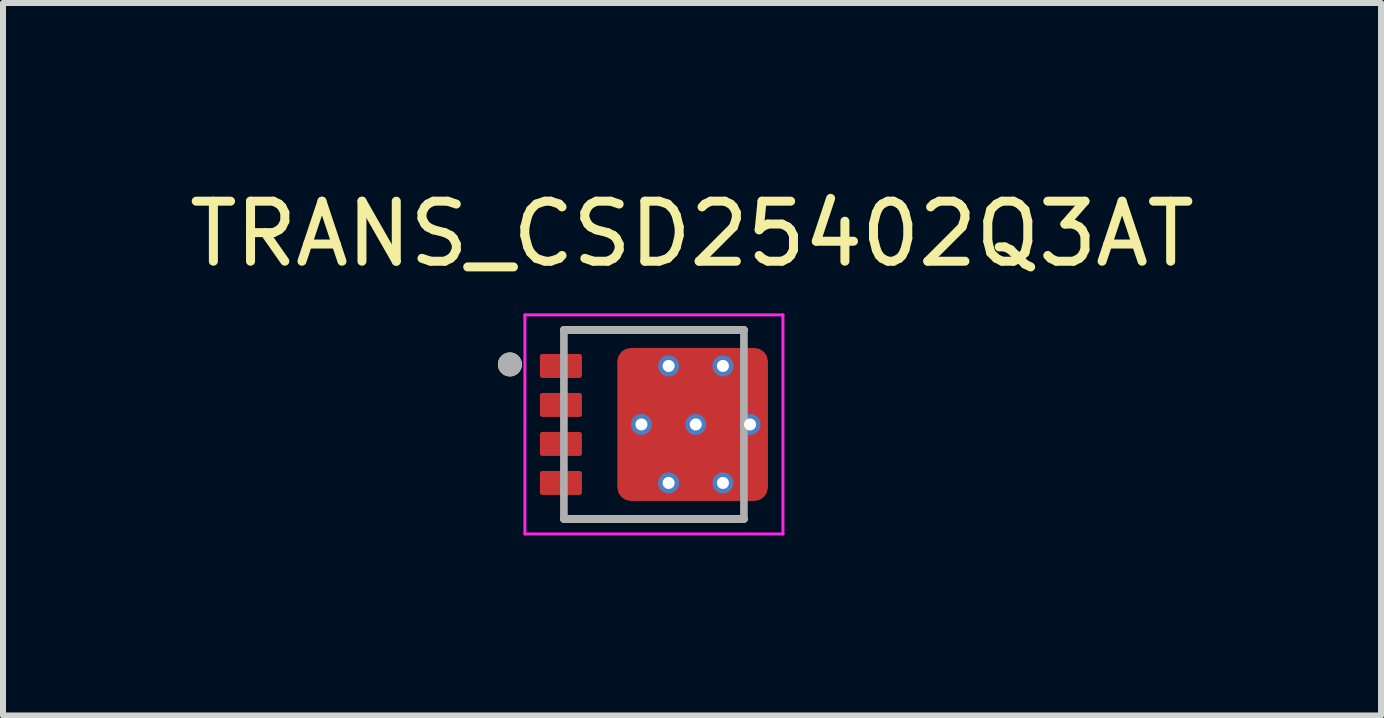
<source format=kicad_pcb>
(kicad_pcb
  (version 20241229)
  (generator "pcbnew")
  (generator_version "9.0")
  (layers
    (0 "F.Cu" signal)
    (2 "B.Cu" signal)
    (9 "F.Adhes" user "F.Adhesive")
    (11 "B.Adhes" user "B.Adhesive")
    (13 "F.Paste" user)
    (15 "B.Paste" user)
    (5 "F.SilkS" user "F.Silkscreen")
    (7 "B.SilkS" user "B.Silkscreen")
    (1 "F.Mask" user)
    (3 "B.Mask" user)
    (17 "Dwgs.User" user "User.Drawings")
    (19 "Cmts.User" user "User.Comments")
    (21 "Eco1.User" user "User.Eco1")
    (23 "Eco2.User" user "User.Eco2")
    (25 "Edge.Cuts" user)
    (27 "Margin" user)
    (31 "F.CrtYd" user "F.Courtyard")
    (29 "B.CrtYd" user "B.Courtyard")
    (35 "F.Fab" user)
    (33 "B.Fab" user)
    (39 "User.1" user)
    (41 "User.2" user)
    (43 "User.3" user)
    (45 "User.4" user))
  (footprint "TRANS_CSD25402Q3AT"
    (layer "F.Cu")
    (at 7.847 4.023)
    (property "Reference" "TRANS_CSD25402Q3AT" (at 0.635 -3.175 0) (layer "F.SilkS") (effects (font (size 1 1) (thickness 0.15))))
    (attr through_hole)
    (fp_poly (pts (xy -1.8 -1.125) (xy -1.3 -1.125) (xy -1.297 -1.125) (xy -1.295 -1.125) (xy -1.292 -1.124) (xy -1.29 -1.124) (xy -1.287 -1.123) (xy -1.285 -1.123) (xy -1.282 -1.122) (xy -1.28 -1.121) (xy -1.277 -1.12) (xy -1.275 -1.118) (xy -1.273 -1.117) (xy -1.271 -1.115) (xy -1.269 -1.114) (xy -1.267 -1.112) (xy -1.265 -1.11) (xy -1.263 -1.108) (xy -1.261 -1.106) (xy -1.26 -1.104) (xy -1.258 -1.102) (xy -1.257 -1.1) (xy -1.255 -1.098) (xy -1.254 -1.095) (xy -1.253 -1.093) (xy -1.252 -1.09) (xy -1.252 -1.088) (xy -1.251 -1.085) (xy -1.251 -1.083) (xy -1.25 -1.08) (xy -1.25 -1.078) (xy -1.25 -1.075) (xy -1.25 -0.875) (xy -1.25 -0.872) (xy -1.25 -0.87) (xy -1.251 -0.867) (xy -1.251 -0.865) (xy -1.252 -0.862) (xy -1.252 -0.86) (xy -1.253 -0.857) (xy -1.254 -0.855) (xy -1.255 -0.852) (xy -1.257 -0.85) (xy -1.258 -0.848) (xy -1.26 -0.846) (xy -1.261 -0.844) (xy -1.263 -0.842) (xy -1.265 -0.84) (xy -1.267 -0.838) (xy -1.269 -0.836) (xy -1.271 -0.835) (xy -1.273 -0.833) (xy -1.275 -0.832) (xy -1.277 -0.83) (xy -1.28 -0.829) (xy -1.282 -0.828) (xy -1.285 -0.827) (xy -1.287 -0.827) (xy -1.29 -0.826) (xy -1.292 -0.826) (xy -1.295 -0.825) (xy -1.297 -0.825) (xy -1.3 -0.825) (xy -1.8 -0.825) (xy -1.803 -0.825) (xy -1.805 -0.825) (xy -1.808 -0.826) (xy -1.81 -0.826) (xy -1.813 -0.827) (xy -1.815 -0.827) (xy -1.818 -0.828) (xy -1.82 -0.829) (xy -1.823 -0.83) (xy -1.825 -0.832) (xy -1.827 -0.833) (xy -1.829 -0.835) (xy -1.831 -0.836) (xy -1.833 -0.838) (xy -1.835 -0.84) (xy -1.837 -0.842) (xy -1.839 -0.844) (xy -1.84 -0.846) (xy -1.842 -0.848) (xy -1.843 -0.85) (xy -1.845 -0.852) (xy -1.846 -0.855) (xy -1.847 -0.857) (xy -1.848 -0.86) (xy -1.848 -0.862) (xy -1.849 -0.865) (xy -1.849 -0.867) (xy -1.85 -0.87) (xy -1.85 -0.872) (xy -1.85 -0.875) (xy -1.85 -1.075) (xy -1.85 -1.078) (xy -1.85 -1.08) (xy -1.849 -1.083) (xy -1.849 -1.085) (xy -1.848 -1.088) (xy -1.848 -1.09) (xy -1.847 -1.093) (xy -1.846 -1.095) (xy -1.845 -1.098) (xy -1.843 -1.1) (xy -1.842 -1.102) (xy -1.84 -1.104) (xy -1.839 -1.106) (xy -1.837 -1.108) (xy -1.835 -1.11) (xy -1.833 -1.112) (xy -1.831 -1.114) (xy -1.829 -1.115) (xy -1.827 -1.117) (xy -1.825 -1.118) (xy -1.823 -1.12) (xy -1.82 -1.121) (xy -1.818 -1.122) (xy -1.815 -1.123) (xy -1.813 -1.123) (xy -1.81 -1.124) (xy -1.808 -1.124) (xy -1.805 -1.125) (xy -1.803 -1.125) (xy -1.8 -1.125)) (stroke (width 0.01) (type solid)) (fill yes) (layer "F.Mask"))
    (fp_poly (pts (xy -1.8 -0.475) (xy -1.3 -0.475) (xy -1.297 -0.475) (xy -1.295 -0.475) (xy -1.292 -0.474) (xy -1.29 -0.474) (xy -1.287 -0.473) (xy -1.285 -0.473) (xy -1.282 -0.472) (xy -1.28 -0.471) (xy -1.277 -0.47) (xy -1.275 -0.468) (xy -1.273 -0.467) (xy -1.271 -0.465) (xy -1.269 -0.464) (xy -1.267 -0.462) (xy -1.265 -0.46) (xy -1.263 -0.458) (xy -1.261 -0.456) (xy -1.26 -0.454) (xy -1.258 -0.452) (xy -1.257 -0.45) (xy -1.255 -0.448) (xy -1.254 -0.445) (xy -1.253 -0.443) (xy -1.252 -0.44) (xy -1.252 -0.438) (xy -1.251 -0.435) (xy -1.251 -0.433) (xy -1.25 -0.43) (xy -1.25 -0.428) (xy -1.25 -0.425) (xy -1.25 -0.225) (xy -1.25 -0.222) (xy -1.25 -0.22) (xy -1.251 -0.217) (xy -1.251 -0.215) (xy -1.252 -0.212) (xy -1.252 -0.21) (xy -1.253 -0.207) (xy -1.254 -0.205) (xy -1.255 -0.202) (xy -1.257 -0.2) (xy -1.258 -0.198) (xy -1.26 -0.196) (xy -1.261 -0.194) (xy -1.263 -0.192) (xy -1.265 -0.19) (xy -1.267 -0.188) (xy -1.269 -0.186) (xy -1.271 -0.185) (xy -1.273 -0.183) (xy -1.275 -0.182) (xy -1.277 -0.18) (xy -1.28 -0.179) (xy -1.282 -0.178) (xy -1.285 -0.177) (xy -1.287 -0.177) (xy -1.29 -0.176) (xy -1.292 -0.176) (xy -1.295 -0.175) (xy -1.297 -0.175) (xy -1.3 -0.175) (xy -1.8 -0.175) (xy -1.803 -0.175) (xy -1.805 -0.175) (xy -1.808 -0.176) (xy -1.81 -0.176) (xy -1.813 -0.177) (xy -1.815 -0.177) (xy -1.818 -0.178) (xy -1.82 -0.179) (xy -1.823 -0.18) (xy -1.825 -0.182) (xy -1.827 -0.183) (xy -1.829 -0.185) (xy -1.831 -0.186) (xy -1.833 -0.188) (xy -1.835 -0.19) (xy -1.837 -0.192) (xy -1.839 -0.194) (xy -1.84 -0.196) (xy -1.842 -0.198) (xy -1.843 -0.2) (xy -1.845 -0.202) (xy -1.846 -0.205) (xy -1.847 -0.207) (xy -1.848 -0.21) (xy -1.848 -0.212) (xy -1.849 -0.215) (xy -1.849 -0.217) (xy -1.85 -0.22) (xy -1.85 -0.222) (xy -1.85 -0.225) (xy -1.85 -0.425) (xy -1.85 -0.428) (xy -1.85 -0.43) (xy -1.849 -0.433) (xy -1.849 -0.435) (xy -1.848 -0.438) (xy -1.848 -0.44) (xy -1.847 -0.443) (xy -1.846 -0.445) (xy -1.845 -0.448) (xy -1.843 -0.45) (xy -1.842 -0.452) (xy -1.84 -0.454) (xy -1.839 -0.456) (xy -1.837 -0.458) (xy -1.835 -0.46) (xy -1.833 -0.462) (xy -1.831 -0.464) (xy -1.829 -0.465) (xy -1.827 -0.467) (xy -1.825 -0.468) (xy -1.823 -0.47) (xy -1.82 -0.471) (xy -1.818 -0.472) (xy -1.815 -0.473) (xy -1.813 -0.473) (xy -1.81 -0.474) (xy -1.808 -0.474) (xy -1.805 -0.475) (xy -1.803 -0.475) (xy -1.8 -0.475)) (stroke (width 0.01) (type solid)) (fill yes) (layer "F.Mask"))
    (fp_poly (pts (xy -1.8 0.175) (xy -1.3 0.175) (xy -1.297 0.175) (xy -1.295 0.175) (xy -1.292 0.176) (xy -1.29 0.176) (xy -1.287 0.177) (xy -1.285 0.177) (xy -1.282 0.178) (xy -1.28 0.179) (xy -1.277 0.18) (xy -1.275 0.182) (xy -1.273 0.183) (xy -1.271 0.185) (xy -1.269 0.186) (xy -1.267 0.188) (xy -1.265 0.19) (xy -1.263 0.192) (xy -1.261 0.194) (xy -1.26 0.196) (xy -1.258 0.198) (xy -1.257 0.2) (xy -1.255 0.202) (xy -1.254 0.205) (xy -1.253 0.207) (xy -1.252 0.21) (xy -1.252 0.212) (xy -1.251 0.215) (xy -1.251 0.217) (xy -1.25 0.22) (xy -1.25 0.222) (xy -1.25 0.225) (xy -1.25 0.425) (xy -1.25 0.428) (xy -1.25 0.43) (xy -1.251 0.433) (xy -1.251 0.435) (xy -1.252 0.438) (xy -1.252 0.44) (xy -1.253 0.443) (xy -1.254 0.445) (xy -1.255 0.448) (xy -1.257 0.45) (xy -1.258 0.452) (xy -1.26 0.454) (xy -1.261 0.456) (xy -1.263 0.458) (xy -1.265 0.46) (xy -1.267 0.462) (xy -1.269 0.464) (xy -1.271 0.465) (xy -1.273 0.467) (xy -1.275 0.468) (xy -1.277 0.47) (xy -1.28 0.471) (xy -1.282 0.472) (xy -1.285 0.473) (xy -1.287 0.473) (xy -1.29 0.474) (xy -1.292 0.474) (xy -1.295 0.475) (xy -1.297 0.475) (xy -1.3 0.475) (xy -1.8 0.475) (xy -1.803 0.475) (xy -1.805 0.475) (xy -1.808 0.474) (xy -1.81 0.474) (xy -1.813 0.473) (xy -1.815 0.473) (xy -1.818 0.472) (xy -1.82 0.471) (xy -1.823 0.47) (xy -1.825 0.468) (xy -1.827 0.467) (xy -1.829 0.465) (xy -1.831 0.464) (xy -1.833 0.462) (xy -1.835 0.46) (xy -1.837 0.458) (xy -1.839 0.456) (xy -1.84 0.454) (xy -1.842 0.452) (xy -1.843 0.45) (xy -1.845 0.448) (xy -1.846 0.445) (xy -1.847 0.443) (xy -1.848 0.44) (xy -1.848 0.438) (xy -1.849 0.435) (xy -1.849 0.433) (xy -1.85 0.43) (xy -1.85 0.428) (xy -1.85 0.425) (xy -1.85 0.225) (xy -1.85 0.222) (xy -1.85 0.22) (xy -1.849 0.217) (xy -1.849 0.215) (xy -1.848 0.212) (xy -1.848 0.21) (xy -1.847 0.207) (xy -1.846 0.205) (xy -1.845 0.202) (xy -1.843 0.2) (xy -1.842 0.198) (xy -1.84 0.196) (xy -1.839 0.194) (xy -1.837 0.192) (xy -1.835 0.19) (xy -1.833 0.188) (xy -1.831 0.186) (xy -1.829 0.185) (xy -1.827 0.183) (xy -1.825 0.182) (xy -1.823 0.18) (xy -1.82 0.179) (xy -1.818 0.178) (xy -1.815 0.177) (xy -1.813 0.177) (xy -1.81 0.176) (xy -1.808 0.176) (xy -1.805 0.175) (xy -1.803 0.175) (xy -1.8 0.175)) (stroke (width 0.01) (type solid)) (fill yes) (layer "F.Mask"))
    (fp_poly (pts (xy -1.8 0.825) (xy -1.3 0.825) (xy -1.297 0.825) (xy -1.295 0.825) (xy -1.292 0.826) (xy -1.29 0.826) (xy -1.287 0.827) (xy -1.285 0.827) (xy -1.282 0.828) (xy -1.28 0.829) (xy -1.277 0.83) (xy -1.275 0.832) (xy -1.273 0.833) (xy -1.271 0.835) (xy -1.269 0.836) (xy -1.267 0.838) (xy -1.265 0.84) (xy -1.263 0.842) (xy -1.261 0.844) (xy -1.26 0.846) (xy -1.258 0.848) (xy -1.257 0.85) (xy -1.255 0.852) (xy -1.254 0.855) (xy -1.253 0.857) (xy -1.252 0.86) (xy -1.252 0.862) (xy -1.251 0.865) (xy -1.251 0.867) (xy -1.25 0.87) (xy -1.25 0.872) (xy -1.25 0.875) (xy -1.25 1.075) (xy -1.25 1.078) (xy -1.25 1.08) (xy -1.251 1.083) (xy -1.251 1.085) (xy -1.252 1.088) (xy -1.252 1.09) (xy -1.253 1.093) (xy -1.254 1.095) (xy -1.255 1.098) (xy -1.257 1.1) (xy -1.258 1.102) (xy -1.26 1.104) (xy -1.261 1.106) (xy -1.263 1.108) (xy -1.265 1.11) (xy -1.267 1.112) (xy -1.269 1.114) (xy -1.271 1.115) (xy -1.273 1.117) (xy -1.275 1.118) (xy -1.277 1.12) (xy -1.28 1.121) (xy -1.282 1.122) (xy -1.285 1.123) (xy -1.287 1.123) (xy -1.29 1.124) (xy -1.292 1.124) (xy -1.295 1.125) (xy -1.297 1.125) (xy -1.3 1.125) (xy -1.8 1.125) (xy -1.803 1.125) (xy -1.805 1.125) (xy -1.808 1.124) (xy -1.81 1.124) (xy -1.813 1.123) (xy -1.815 1.123) (xy -1.818 1.122) (xy -1.82 1.121) (xy -1.823 1.12) (xy -1.825 1.118) (xy -1.827 1.117) (xy -1.829 1.115) (xy -1.831 1.114) (xy -1.833 1.112) (xy -1.835 1.11) (xy -1.837 1.108) (xy -1.839 1.106) (xy -1.84 1.104) (xy -1.842 1.102) (xy -1.843 1.1) (xy -1.845 1.098) (xy -1.846 1.095) (xy -1.847 1.093) (xy -1.848 1.09) (xy -1.848 1.088) (xy -1.849 1.085) (xy -1.849 1.083) (xy -1.85 1.08) (xy -1.85 1.078) (xy -1.85 1.075) (xy -1.85 0.875) (xy -1.85 0.872) (xy -1.85 0.87) (xy -1.849 0.867) (xy -1.849 0.865) (xy -1.848 0.862) (xy -1.848 0.86) (xy -1.847 0.857) (xy -1.846 0.855) (xy -1.845 0.852) (xy -1.843 0.85) (xy -1.842 0.848) (xy -1.84 0.846) (xy -1.839 0.844) (xy -1.837 0.842) (xy -1.835 0.84) (xy -1.833 0.838) (xy -1.831 0.836) (xy -1.829 0.835) (xy -1.827 0.833) (xy -1.825 0.832) (xy -1.823 0.83) (xy -1.82 0.829) (xy -1.818 0.828) (xy -1.815 0.827) (xy -1.813 0.827) (xy -1.81 0.826) (xy -1.808 0.826) (xy -1.805 0.825) (xy -1.803 0.825) (xy -1.8 0.825)) (stroke (width 0.01) (type solid)) (fill yes) (layer "F.Mask"))
    (fp_poly (pts (xy 1.215 1.125) (xy 1.215 1.175) (xy 1.215 1.178) (xy 1.215 1.18) (xy 1.214 1.183) (xy 1.214 1.185) (xy 1.213 1.188) (xy 1.213 1.19) (xy 1.212 1.193) (xy 1.211 1.195) (xy 1.21 1.198) (xy 1.208 1.2) (xy 1.207 1.202) (xy 1.205 1.204) (xy 1.204 1.206) (xy 1.202 1.208) (xy 1.2 1.21) (xy 1.198 1.212) (xy 1.196 1.214) (xy 1.194 1.215) (xy 1.192 1.217) (xy 1.19 1.218) (xy 1.188 1.22) (xy 1.185 1.221) (xy 1.183 1.222) (xy 1.18 1.223) (xy 1.178 1.223) (xy 1.175 1.224) (xy 1.173 1.224) (xy 1.17 1.225) (xy 1.168 1.225) (xy 1.165 1.225) (xy -0.51 1.225) (xy -0.513 1.225) (xy -0.515 1.225) (xy -0.518 1.224) (xy -0.52 1.224) (xy -0.523 1.223) (xy -0.525 1.223) (xy -0.528 1.222) (xy -0.53 1.221) (xy -0.533 1.22) (xy -0.535 1.218) (xy -0.537 1.217) (xy -0.539 1.215) (xy -0.541 1.214) (xy -0.543 1.212) (xy -0.545 1.21) (xy -0.547 1.208) (xy -0.549 1.206) (xy -0.55 1.204) (xy -0.552 1.202) (xy -0.553 1.2) (xy -0.555 1.198) (xy -0.556 1.195) (xy -0.557 1.193) (xy -0.558 1.19) (xy -0.558 1.188) (xy -0.559 1.185) (xy -0.559 1.183) (xy -0.56 1.18) (xy -0.56 1.178) (xy -0.56 1.175) (xy -0.56 -1.175) (xy -0.56 -1.178) (xy -0.56 -1.18) (xy -0.559 -1.183) (xy -0.559 -1.185) (xy -0.558 -1.188) (xy -0.558 -1.19) (xy -0.557 -1.193) (xy -0.556 -1.195) (xy -0.555 -1.198) (xy -0.553 -1.2) (xy -0.552 -1.202) (xy -0.55 -1.204) (xy -0.549 -1.206) (xy -0.547 -1.208) (xy -0.545 -1.21) (xy -0.543 -1.212) (xy -0.541 -1.214) (xy -0.539 -1.215) (xy -0.537 -1.217) (xy -0.535 -1.218) (xy -0.533 -1.22) (xy -0.53 -1.221) (xy -0.528 -1.222) (xy -0.525 -1.223) (xy -0.523 -1.223) (xy -0.52 -1.224) (xy -0.518 -1.224) (xy -0.515 -1.225) (xy -0.513 -1.225) (xy -0.51 -1.225) (xy 1.165 -1.225) (xy 1.168 -1.225) (xy 1.17 -1.225) (xy 1.173 -1.224) (xy 1.175 -1.224) (xy 1.178 -1.223) (xy 1.18 -1.223) (xy 1.183 -1.222) (xy 1.185 -1.221) (xy 1.188 -1.22) (xy 1.19 -1.218) (xy 1.192 -1.217) (xy 1.194 -1.215) (xy 1.196 -1.214) (xy 1.198 -1.212) (xy 1.2 -1.21) (xy 1.202 -1.208) (xy 1.204 -1.206) (xy 1.205 -1.204) (xy 1.207 -1.202) (xy 1.208 -1.2) (xy 1.21 -1.198) (xy 1.211 -1.195) (xy 1.212 -1.193) (xy 1.213 -1.19) (xy 1.213 -1.188) (xy 1.214 -1.185) (xy 1.214 -1.183) (xy 1.215 -1.18) (xy 1.215 -1.178) (xy 1.215 -1.175) (xy 1.215 -1.125) (xy 1.8 -1.125) (xy 1.803 -1.125) (xy 1.805 -1.125) (xy 1.808 -1.124) (xy 1.81 -1.124) (xy 1.813 -1.123) (xy 1.815 -1.123) (xy 1.818 -1.122) (xy 1.82 -1.121) (xy 1.823 -1.12) (xy 1.825 -1.118) (xy 1.827 -1.117) (xy 1.829 -1.115) (xy 1.831 -1.114) (xy 1.833 -1.112) (xy 1.835 -1.11) (xy 1.837 -1.108) (xy 1.839 -1.106) (xy 1.84 -1.104) (xy 1.842 -1.102) (xy 1.843 -1.1) (xy 1.845 -1.098) (xy 1.846 -1.095) (xy 1.847 -1.093) (xy 1.848 -1.09) (xy 1.848 -1.088) (xy 1.849 -1.085) (xy 1.849 -1.083) (xy 1.85 -1.08) (xy 1.85 -1.078) (xy 1.85 -1.075) (xy 1.85 -0.875) (xy 1.85 -0.872) (xy 1.85 -0.87) (xy 1.849 -0.867) (xy 1.849 -0.865) (xy 1.848 -0.862) (xy 1.848 -0.86) (xy 1.847 -0.857) (xy 1.846 -0.855) (xy 1.845 -0.852) (xy 1.843 -0.85) (xy 1.842 -0.848) (xy 1.84 -0.846) (xy 1.839 -0.844) (xy 1.837 -0.842) (xy 1.835 -0.84) (xy 1.833 -0.838) (xy 1.831 -0.836) (xy 1.829 -0.835) (xy 1.827 -0.833) (xy 1.825 -0.832) (xy 1.823 -0.83) (xy 1.82 -0.829) (xy 1.818 -0.828) (xy 1.815 -0.827) (xy 1.813 -0.827) (xy 1.81 -0.826) (xy 1.808 -0.826) (xy 1.805 -0.825) (xy 1.803 -0.825) (xy 1.8 -0.825) (xy 1.215 -0.825) (xy 1.215 -0.475) (xy 1.8 -0.475) (xy 1.803 -0.475) (xy 1.805 -0.475) (xy 1.808 -0.474) (xy 1.81 -0.474) (xy 1.813 -0.473) (xy 1.815 -0.473) (xy 1.818 -0.472) (xy 1.82 -0.471) (xy 1.823 -0.47) (xy 1.825 -0.468) (xy 1.827 -0.467) (xy 1.829 -0.465) (xy 1.831 -0.464) (xy 1.833 -0.462) (xy 1.835 -0.46) (xy 1.837 -0.458) (xy 1.839 -0.456) (xy 1.84 -0.454) (xy 1.842 -0.452) (xy 1.843 -0.45) (xy 1.845 -0.448) (xy 1.846 -0.445) (xy 1.847 -0.443) (xy 1.848 -0.44) (xy 1.848 -0.438) (xy 1.849 -0.435) (xy 1.849 -0.433) (xy 1.85 -0.43) (xy 1.85 -0.428) (xy 1.85 -0.425) (xy 1.85 -0.225) (xy 1.85 -0.222) (xy 1.85 -0.22) (xy 1.849 -0.217) (xy 1.849 -0.215) (xy 1.848 -0.212) (xy 1.848 -0.21) (xy 1.847 -0.207) (xy 1.846 -0.205) (xy 1.845 -0.202) (xy 1.843 -0.2) (xy 1.842 -0.198) (xy 1.84 -0.196) (xy 1.839 -0.194) (xy 1.837 -0.192) (xy 1.835 -0.19) (xy 1.833 -0.188) (xy 1.831 -0.186) (xy 1.829 -0.185) (xy 1.827 -0.183) (xy 1.825 -0.182) (xy 1.823 -0.18) (xy 1.82 -0.179) (xy 1.818 -0.178) (xy 1.815 -0.177) (xy 1.813 -0.177) (xy 1.81 -0.176) (xy 1.808 -0.176) (xy 1.805 -0.175) (xy 1.803 -0.175) (xy 1.8 -0.175) (xy 1.215 -0.175) (xy 1.215 0.175) (xy 1.8 0.175) (xy 1.803 0.175) (xy 1.805 0.175) (xy 1.808 0.176) (xy 1.81 0.176) (xy 1.813 0.177) (xy 1.815 0.177) (xy 1.818 0.178) (xy 1.82 0.179) (xy 1.823 0.18) (xy 1.825 0.182) (xy 1.827 0.183) (xy 1.829 0.185) (xy 1.831 0.186) (xy 1.833 0.188) (xy 1.835 0.19) (xy 1.837 0.192) (xy 1.839 0.194) (xy 1.84 0.196) (xy 1.842 0.198) (xy 1.843 0.2) (xy 1.845 0.202) (xy 1.846 0.205) (xy 1.847 0.207) (xy 1.848 0.21) (xy 1.848 0.212) (xy 1.849 0.215) (xy 1.849 0.217) (xy 1.85 0.22) (xy 1.85 0.222) (xy 1.85 0.225) (xy 1.85 0.425) (xy 1.85 0.428) (xy 1.85 0.43) (xy 1.849 0.433) (xy 1.849 0.435) (xy 1.848 0.438) (xy 1.848 0.44) (xy 1.847 0.443) (xy 1.846 0.445) (xy 1.845 0.448) (xy 1.843 0.45) (xy 1.842 0.452) (xy 1.84 0.454) (xy 1.839 0.456) (xy 1.837 0.458) (xy 1.835 0.46) (xy 1.833 0.462) (xy 1.831 0.464) (xy 1.829 0.465) (xy 1.827 0.467) (xy 1.825 0.468) (xy 1.823 0.47) (xy 1.82 0.471) (xy 1.818 0.472) (xy 1.815 0.473) (xy 1.813 0.473) (xy 1.81 0.474) (xy 1.808 0.474) (xy 1.805 0.475) (xy 1.803 0.475) (xy 1.8 0.475) (xy 1.215 0.475) (xy 1.215 0.825) (xy 1.8 0.825) (xy 1.803 0.825) (xy 1.805 0.825) (xy 1.808 0.826) (xy 1.81 0.826) (xy 1.813 0.827) (xy 1.815 0.827) (xy 1.818 0.828) (xy 1.82 0.829) (xy 1.823 0.83) (xy 1.825 0.832) (xy 1.827 0.833) (xy 1.829 0.835) (xy 1.831 0.836) (xy 1.833 0.838) (xy 1.835 0.84) (xy 1.837 0.842) (xy 1.839 0.844) (xy 1.84 0.846) (xy 1.842 0.848) (xy 1.843 0.85) (xy 1.845 0.852) (xy 1.846 0.855) (xy 1.847 0.857) (xy 1.848 0.86) (xy 1.848 0.862) (xy 1.849 0.865) (xy 1.849 0.867) (xy 1.85 0.87) (xy 1.85 0.872) (xy 1.85 0.875) (xy 1.85 1.075) (xy 1.85 1.078) (xy 1.85 1.08) (xy 1.849 1.083) (xy 1.849 1.085) (xy 1.848 1.088) (xy 1.848 1.09) (xy 1.847 1.093) (xy 1.846 1.095) (xy 1.845 1.098) (xy 1.843 1.1) (xy 1.842 1.102) (xy 1.84 1.104) (xy 1.839 1.106) (xy 1.837 1.108) (xy 1.835 1.11) (xy 1.833 1.112) (xy 1.831 1.114) (xy 1.829 1.115) (xy 1.827 1.117) (xy 1.825 1.118) (xy 1.823 1.12) (xy 1.82 1.121) (xy 1.818 1.122) (xy 1.815 1.123) (xy 1.813 1.123) (xy 1.81 1.124) (xy 1.808 1.124) (xy 1.805 1.125) (xy 1.803 1.125) (xy 1.8 1.125) (xy 1.215 1.125)) (stroke (width 0.01) (type solid)) (fill yes) (layer "F.Mask"))
    (fp_line (start -1.5 -1.575) (end 1.5 -1.575) (stroke (width 0.127) (type solid)) (layer "F.SilkS"))
    (fp_line (start -1.5 1.575) (end 1.5 1.575) (stroke (width 0.127) (type solid)) (layer "F.SilkS"))
    (fp_circle (center -2.4 -1) (end -2.3 -1) (stroke (width 0.2) (type solid)) (fill no) (layer "F.SilkS"))
    (fp_poly (pts (xy -1.8 -1.125) (xy -1.3 -1.125) (xy -1.297 -1.125) (xy -1.295 -1.125) (xy -1.292 -1.124) (xy -1.29 -1.124) (xy -1.287 -1.123) (xy -1.285 -1.123) (xy -1.282 -1.122) (xy -1.28 -1.121) (xy -1.277 -1.12) (xy -1.275 -1.118) (xy -1.273 -1.117) (xy -1.271 -1.115) (xy -1.269 -1.114) (xy -1.267 -1.112) (xy -1.265 -1.11) (xy -1.263 -1.108) (xy -1.261 -1.106) (xy -1.26 -1.104) (xy -1.258 -1.102) (xy -1.257 -1.1) (xy -1.255 -1.098) (xy -1.254 -1.095) (xy -1.253 -1.093) (xy -1.252 -1.09) (xy -1.252 -1.088) (xy -1.251 -1.085) (xy -1.251 -1.083) (xy -1.25 -1.08) (xy -1.25 -1.078) (xy -1.25 -1.075) (xy -1.25 -0.875) (xy -1.25 -0.872) (xy -1.25 -0.87) (xy -1.251 -0.867) (xy -1.251 -0.865) (xy -1.252 -0.862) (xy -1.252 -0.86) (xy -1.253 -0.857) (xy -1.254 -0.855) (xy -1.255 -0.852) (xy -1.257 -0.85) (xy -1.258 -0.848) (xy -1.26 -0.846) (xy -1.261 -0.844) (xy -1.263 -0.842) (xy -1.265 -0.84) (xy -1.267 -0.838) (xy -1.269 -0.836) (xy -1.271 -0.835) (xy -1.273 -0.833) (xy -1.275 -0.832) (xy -1.277 -0.83) (xy -1.28 -0.829) (xy -1.282 -0.828) (xy -1.285 -0.827) (xy -1.287 -0.827) (xy -1.29 -0.826) (xy -1.292 -0.826) (xy -1.295 -0.825) (xy -1.297 -0.825) (xy -1.3 -0.825) (xy -1.8 -0.825) (xy -1.803 -0.825) (xy -1.805 -0.825) (xy -1.808 -0.826) (xy -1.81 -0.826) (xy -1.813 -0.827) (xy -1.815 -0.827) (xy -1.818 -0.828) (xy -1.82 -0.829) (xy -1.823 -0.83) (xy -1.825 -0.832) (xy -1.827 -0.833) (xy -1.829 -0.835) (xy -1.831 -0.836) (xy -1.833 -0.838) (xy -1.835 -0.84) (xy -1.837 -0.842) (xy -1.839 -0.844) (xy -1.84 -0.846) (xy -1.842 -0.848) (xy -1.843 -0.85) (xy -1.845 -0.852) (xy -1.846 -0.855) (xy -1.847 -0.857) (xy -1.848 -0.86) (xy -1.848 -0.862) (xy -1.849 -0.865) (xy -1.849 -0.867) (xy -1.85 -0.87) (xy -1.85 -0.872) (xy -1.85 -0.875) (xy -1.85 -1.075) (xy -1.85 -1.078) (xy -1.85 -1.08) (xy -1.849 -1.083) (xy -1.849 -1.085) (xy -1.848 -1.088) (xy -1.848 -1.09) (xy -1.847 -1.093) (xy -1.846 -1.095) (xy -1.845 -1.098) (xy -1.843 -1.1) (xy -1.842 -1.102) (xy -1.84 -1.104) (xy -1.839 -1.106) (xy -1.837 -1.108) (xy -1.835 -1.11) (xy -1.833 -1.112) (xy -1.831 -1.114) (xy -1.829 -1.115) (xy -1.827 -1.117) (xy -1.825 -1.118) (xy -1.823 -1.12) (xy -1.82 -1.121) (xy -1.818 -1.122) (xy -1.815 -1.123) (xy -1.813 -1.123) (xy -1.81 -1.124) (xy -1.808 -1.124) (xy -1.805 -1.125) (xy -1.803 -1.125) (xy -1.8 -1.125)) (stroke (width 0.01) (type solid)) (fill yes) (layer "F.Paste"))
    (fp_poly (pts (xy -1.8 -0.475) (xy -1.3 -0.475) (xy -1.297 -0.475) (xy -1.295 -0.475) (xy -1.292 -0.474) (xy -1.29 -0.474) (xy -1.287 -0.473) (xy -1.285 -0.473) (xy -1.282 -0.472) (xy -1.28 -0.471) (xy -1.277 -0.47) (xy -1.275 -0.468) (xy -1.273 -0.467) (xy -1.271 -0.465) (xy -1.269 -0.464) (xy -1.267 -0.462) (xy -1.265 -0.46) (xy -1.263 -0.458) (xy -1.261 -0.456) (xy -1.26 -0.454) (xy -1.258 -0.452) (xy -1.257 -0.45) (xy -1.255 -0.448) (xy -1.254 -0.445) (xy -1.253 -0.443) (xy -1.252 -0.44) (xy -1.252 -0.438) (xy -1.251 -0.435) (xy -1.251 -0.433) (xy -1.25 -0.43) (xy -1.25 -0.428) (xy -1.25 -0.425) (xy -1.25 -0.225) (xy -1.25 -0.222) (xy -1.25 -0.22) (xy -1.251 -0.217) (xy -1.251 -0.215) (xy -1.252 -0.212) (xy -1.252 -0.21) (xy -1.253 -0.207) (xy -1.254 -0.205) (xy -1.255 -0.202) (xy -1.257 -0.2) (xy -1.258 -0.198) (xy -1.26 -0.196) (xy -1.261 -0.194) (xy -1.263 -0.192) (xy -1.265 -0.19) (xy -1.267 -0.188) (xy -1.269 -0.186) (xy -1.271 -0.185) (xy -1.273 -0.183) (xy -1.275 -0.182) (xy -1.277 -0.18) (xy -1.28 -0.179) (xy -1.282 -0.178) (xy -1.285 -0.177) (xy -1.287 -0.177) (xy -1.29 -0.176) (xy -1.292 -0.176) (xy -1.295 -0.175) (xy -1.297 -0.175) (xy -1.3 -0.175) (xy -1.8 -0.175) (xy -1.803 -0.175) (xy -1.805 -0.175) (xy -1.808 -0.176) (xy -1.81 -0.176) (xy -1.813 -0.177) (xy -1.815 -0.177) (xy -1.818 -0.178) (xy -1.82 -0.179) (xy -1.823 -0.18) (xy -1.825 -0.182) (xy -1.827 -0.183) (xy -1.829 -0.185) (xy -1.831 -0.186) (xy -1.833 -0.188) (xy -1.835 -0.19) (xy -1.837 -0.192) (xy -1.839 -0.194) (xy -1.84 -0.196) (xy -1.842 -0.198) (xy -1.843 -0.2) (xy -1.845 -0.202) (xy -1.846 -0.205) (xy -1.847 -0.207) (xy -1.848 -0.21) (xy -1.848 -0.212) (xy -1.849 -0.215) (xy -1.849 -0.217) (xy -1.85 -0.22) (xy -1.85 -0.222) (xy -1.85 -0.225) (xy -1.85 -0.425) (xy -1.85 -0.428) (xy -1.85 -0.43) (xy -1.849 -0.433) (xy -1.849 -0.435) (xy -1.848 -0.438) (xy -1.848 -0.44) (xy -1.847 -0.443) (xy -1.846 -0.445) (xy -1.845 -0.448) (xy -1.843 -0.45) (xy -1.842 -0.452) (xy -1.84 -0.454) (xy -1.839 -0.456) (xy -1.837 -0.458) (xy -1.835 -0.46) (xy -1.833 -0.462) (xy -1.831 -0.464) (xy -1.829 -0.465) (xy -1.827 -0.467) (xy -1.825 -0.468) (xy -1.823 -0.47) (xy -1.82 -0.471) (xy -1.818 -0.472) (xy -1.815 -0.473) (xy -1.813 -0.473) (xy -1.81 -0.474) (xy -1.808 -0.474) (xy -1.805 -0.475) (xy -1.803 -0.475) (xy -1.8 -0.475)) (stroke (width 0.01) (type solid)) (fill yes) (layer "F.Paste"))
    (fp_poly (pts (xy -1.8 0.175) (xy -1.3 0.175) (xy -1.297 0.175) (xy -1.295 0.175) (xy -1.292 0.176) (xy -1.29 0.176) (xy -1.287 0.177) (xy -1.285 0.177) (xy -1.282 0.178) (xy -1.28 0.179) (xy -1.277 0.18) (xy -1.275 0.182) (xy -1.273 0.183) (xy -1.271 0.185) (xy -1.269 0.186) (xy -1.267 0.188) (xy -1.265 0.19) (xy -1.263 0.192) (xy -1.261 0.194) (xy -1.26 0.196) (xy -1.258 0.198) (xy -1.257 0.2) (xy -1.255 0.202) (xy -1.254 0.205) (xy -1.253 0.207) (xy -1.252 0.21) (xy -1.252 0.212) (xy -1.251 0.215) (xy -1.251 0.217) (xy -1.25 0.22) (xy -1.25 0.222) (xy -1.25 0.225) (xy -1.25 0.425) (xy -1.25 0.428) (xy -1.25 0.43) (xy -1.251 0.433) (xy -1.251 0.435) (xy -1.252 0.438) (xy -1.252 0.44) (xy -1.253 0.443) (xy -1.254 0.445) (xy -1.255 0.448) (xy -1.257 0.45) (xy -1.258 0.452) (xy -1.26 0.454) (xy -1.261 0.456) (xy -1.263 0.458) (xy -1.265 0.46) (xy -1.267 0.462) (xy -1.269 0.464) (xy -1.271 0.465) (xy -1.273 0.467) (xy -1.275 0.468) (xy -1.277 0.47) (xy -1.28 0.471) (xy -1.282 0.472) (xy -1.285 0.473) (xy -1.287 0.473) (xy -1.29 0.474) (xy -1.292 0.474) (xy -1.295 0.475) (xy -1.297 0.475) (xy -1.3 0.475) (xy -1.8 0.475) (xy -1.803 0.475) (xy -1.805 0.475) (xy -1.808 0.474) (xy -1.81 0.474) (xy -1.813 0.473) (xy -1.815 0.473) (xy -1.818 0.472) (xy -1.82 0.471) (xy -1.823 0.47) (xy -1.825 0.468) (xy -1.827 0.467) (xy -1.829 0.465) (xy -1.831 0.464) (xy -1.833 0.462) (xy -1.835 0.46) (xy -1.837 0.458) (xy -1.839 0.456) (xy -1.84 0.454) (xy -1.842 0.452) (xy -1.843 0.45) (xy -1.845 0.448) (xy -1.846 0.445) (xy -1.847 0.443) (xy -1.848 0.44) (xy -1.848 0.438) (xy -1.849 0.435) (xy -1.849 0.433) (xy -1.85 0.43) (xy -1.85 0.428) (xy -1.85 0.425) (xy -1.85 0.225) (xy -1.85 0.222) (xy -1.85 0.22) (xy -1.849 0.217) (xy -1.849 0.215) (xy -1.848 0.212) (xy -1.848 0.21) (xy -1.847 0.207) (xy -1.846 0.205) (xy -1.845 0.202) (xy -1.843 0.2) (xy -1.842 0.198) (xy -1.84 0.196) (xy -1.839 0.194) (xy -1.837 0.192) (xy -1.835 0.19) (xy -1.833 0.188) (xy -1.831 0.186) (xy -1.829 0.185) (xy -1.827 0.183) (xy -1.825 0.182) (xy -1.823 0.18) (xy -1.82 0.179) (xy -1.818 0.178) (xy -1.815 0.177) (xy -1.813 0.177) (xy -1.81 0.176) (xy -1.808 0.176) (xy -1.805 0.175) (xy -1.803 0.175) (xy -1.8 0.175)) (stroke (width 0.01) (type solid)) (fill yes) (layer "F.Paste"))
    (fp_poly (pts (xy -1.8 0.825) (xy -1.3 0.825) (xy -1.297 0.825) (xy -1.295 0.825) (xy -1.292 0.826) (xy -1.29 0.826) (xy -1.287 0.827) (xy -1.285 0.827) (xy -1.282 0.828) (xy -1.28 0.829) (xy -1.277 0.83) (xy -1.275 0.832) (xy -1.273 0.833) (xy -1.271 0.835) (xy -1.269 0.836) (xy -1.267 0.838) (xy -1.265 0.84) (xy -1.263 0.842) (xy -1.261 0.844) (xy -1.26 0.846) (xy -1.258 0.848) (xy -1.257 0.85) (xy -1.255 0.852) (xy -1.254 0.855) (xy -1.253 0.857) (xy -1.252 0.86) (xy -1.252 0.862) (xy -1.251 0.865) (xy -1.251 0.867) (xy -1.25 0.87) (xy -1.25 0.872) (xy -1.25 0.875) (xy -1.25 1.075) (xy -1.25 1.078) (xy -1.25 1.08) (xy -1.251 1.083) (xy -1.251 1.085) (xy -1.252 1.088) (xy -1.252 1.09) (xy -1.253 1.093) (xy -1.254 1.095) (xy -1.255 1.098) (xy -1.257 1.1) (xy -1.258 1.102) (xy -1.26 1.104) (xy -1.261 1.106) (xy -1.263 1.108) (xy -1.265 1.11) (xy -1.267 1.112) (xy -1.269 1.114) (xy -1.271 1.115) (xy -1.273 1.117) (xy -1.275 1.118) (xy -1.277 1.12) (xy -1.28 1.121) (xy -1.282 1.122) (xy -1.285 1.123) (xy -1.287 1.123) (xy -1.29 1.124) (xy -1.292 1.124) (xy -1.295 1.125) (xy -1.297 1.125) (xy -1.3 1.125) (xy -1.8 1.125) (xy -1.803 1.125) (xy -1.805 1.125) (xy -1.808 1.124) (xy -1.81 1.124) (xy -1.813 1.123) (xy -1.815 1.123) (xy -1.818 1.122) (xy -1.82 1.121) (xy -1.823 1.12) (xy -1.825 1.118) (xy -1.827 1.117) (xy -1.829 1.115) (xy -1.831 1.114) (xy -1.833 1.112) (xy -1.835 1.11) (xy -1.837 1.108) (xy -1.839 1.106) (xy -1.84 1.104) (xy -1.842 1.102) (xy -1.843 1.1) (xy -1.845 1.098) (xy -1.846 1.095) (xy -1.847 1.093) (xy -1.848 1.09) (xy -1.848 1.088) (xy -1.849 1.085) (xy -1.849 1.083) (xy -1.85 1.08) (xy -1.85 1.078) (xy -1.85 1.075) (xy -1.85 0.875) (xy -1.85 0.872) (xy -1.85 0.87) (xy -1.849 0.867) (xy -1.849 0.865) (xy -1.848 0.862) (xy -1.848 0.86) (xy -1.847 0.857) (xy -1.846 0.855) (xy -1.845 0.852) (xy -1.843 0.85) (xy -1.842 0.848) (xy -1.84 0.846) (xy -1.839 0.844) (xy -1.837 0.842) (xy -1.835 0.84) (xy -1.833 0.838) (xy -1.831 0.836) (xy -1.829 0.835) (xy -1.827 0.833) (xy -1.825 0.832) (xy -1.823 0.83) (xy -1.82 0.829) (xy -1.818 0.828) (xy -1.815 0.827) (xy -1.813 0.827) (xy -1.81 0.826) (xy -1.808 0.826) (xy -1.805 0.825) (xy -1.803 0.825) (xy -1.8 0.825)) (stroke (width 0.01) (type solid)) (fill yes) (layer "F.Paste"))
    (fp_poly (pts (xy 0.095 -0.1) (xy -0.51 -0.1) (xy -0.513 -0.1) (xy -0.515 -0.1) (xy -0.518 -0.101) (xy -0.52 -0.101) (xy -0.523 -0.102) (xy -0.525 -0.102) (xy -0.528 -0.103) (xy -0.53 -0.104) (xy -0.533 -0.105) (xy -0.535 -0.107) (xy -0.537 -0.108) (xy -0.539 -0.11) (xy -0.541 -0.111) (xy -0.543 -0.113) (xy -0.545 -0.115) (xy -0.547 -0.117) (xy -0.549 -0.119) (xy -0.55 -0.121) (xy -0.552 -0.123) (xy -0.553 -0.125) (xy -0.555 -0.127) (xy -0.556 -0.13) (xy -0.557 -0.132) (xy -0.558 -0.135) (xy -0.558 -0.137) (xy -0.559 -0.14) (xy -0.559 -0.142) (xy -0.56 -0.145) (xy -0.56 -0.147) (xy -0.56 -0.15) (xy -0.56 -1.175) (xy -0.56 -1.178) (xy -0.56 -1.18) (xy -0.559 -1.183) (xy -0.559 -1.185) (xy -0.558 -1.188) (xy -0.558 -1.19) (xy -0.557 -1.193) (xy -0.556 -1.195) (xy -0.555 -1.198) (xy -0.553 -1.2) (xy -0.552 -1.202) (xy -0.55 -1.204) (xy -0.549 -1.206) (xy -0.547 -1.208) (xy -0.545 -1.21) (xy -0.543 -1.212) (xy -0.541 -1.214) (xy -0.539 -1.215) (xy -0.537 -1.217) (xy -0.535 -1.218) (xy -0.533 -1.22) (xy -0.53 -1.221) (xy -0.528 -1.222) (xy -0.525 -1.223) (xy -0.523 -1.223) (xy -0.52 -1.224) (xy -0.518 -1.224) (xy -0.515 -1.225) (xy -0.513 -1.225) (xy -0.51 -1.225) (xy 0.095 -1.225) (xy 0.098 -1.225) (xy 0.1 -1.225) (xy 0.103 -1.224) (xy 0.105 -1.224) (xy 0.108 -1.223) (xy 0.11 -1.223) (xy 0.113 -1.222) (xy 0.115 -1.221) (xy 0.118 -1.22) (xy 0.12 -1.218) (xy 0.122 -1.217) (xy 0.124 -1.215) (xy 0.126 -1.214) (xy 0.128 -1.212) (xy 0.13 -1.21) (xy 0.132 -1.208) (xy 0.134 -1.206) (xy 0.135 -1.204) (xy 0.137 -1.202) (xy 0.138 -1.2) (xy 0.14 -1.198) (xy 0.141 -1.195) (xy 0.142 -1.193) (xy 0.143 -1.19) (xy 0.143 -1.188) (xy 0.144 -1.185) (xy 0.144 -1.183) (xy 0.145 -1.18) (xy 0.145 -1.178) (xy 0.145 -1.175) (xy 0.145 -0.15) (xy 0.145 -0.147) (xy 0.145 -0.145) (xy 0.144 -0.142) (xy 0.144 -0.14) (xy 0.143 -0.137) (xy 0.143 -0.135) (xy 0.142 -0.132) (xy 0.141 -0.13) (xy 0.14 -0.127) (xy 0.138 -0.125) (xy 0.137 -0.123) (xy 0.135 -0.121) (xy 0.134 -0.119) (xy 0.132 -0.117) (xy 0.13 -0.115) (xy 0.128 -0.113) (xy 0.126 -0.111) (xy 0.124 -0.11) (xy 0.122 -0.108) (xy 0.12 -0.107) (xy 0.118 -0.105) (xy 0.115 -0.104) (xy 0.113 -0.103) (xy 0.11 -0.102) (xy 0.108 -0.102) (xy 0.105 -0.101) (xy 0.103 -0.101) (xy 0.1 -0.1) (xy 0.098 -0.1) (xy 0.095 -0.1)) (stroke (width 0.01) (type solid)) (fill yes) (layer "F.Paste"))
    (fp_poly (pts (xy 0.095 1.225) (xy -0.51 1.225) (xy -0.513 1.225) (xy -0.515 1.225) (xy -0.518 1.224) (xy -0.52 1.224) (xy -0.523 1.223) (xy -0.525 1.223) (xy -0.528 1.222) (xy -0.53 1.221) (xy -0.533 1.22) (xy -0.535 1.218) (xy -0.537 1.217) (xy -0.539 1.215) (xy -0.541 1.214) (xy -0.543 1.212) (xy -0.545 1.21) (xy -0.547 1.208) (xy -0.549 1.206) (xy -0.55 1.204) (xy -0.552 1.202) (xy -0.553 1.2) (xy -0.555 1.198) (xy -0.556 1.195) (xy -0.557 1.193) (xy -0.558 1.19) (xy -0.558 1.188) (xy -0.559 1.185) (xy -0.559 1.183) (xy -0.56 1.18) (xy -0.56 1.178) (xy -0.56 1.175) (xy -0.56 0.15) (xy -0.56 0.147) (xy -0.56 0.145) (xy -0.559 0.142) (xy -0.559 0.14) (xy -0.558 0.137) (xy -0.558 0.135) (xy -0.557 0.132) (xy -0.556 0.13) (xy -0.555 0.127) (xy -0.553 0.125) (xy -0.552 0.123) (xy -0.55 0.121) (xy -0.549 0.119) (xy -0.547 0.117) (xy -0.545 0.115) (xy -0.543 0.113) (xy -0.541 0.111) (xy -0.539 0.11) (xy -0.537 0.108) (xy -0.535 0.107) (xy -0.533 0.105) (xy -0.53 0.104) (xy -0.528 0.103) (xy -0.525 0.102) (xy -0.523 0.102) (xy -0.52 0.101) (xy -0.518 0.101) (xy -0.515 0.1) (xy -0.513 0.1) (xy -0.51 0.1) (xy 0.095 0.1) (xy 0.098 0.1) (xy 0.1 0.1) (xy 0.103 0.101) (xy 0.105 0.101) (xy 0.108 0.102) (xy 0.11 0.102) (xy 0.113 0.103) (xy 0.115 0.104) (xy 0.118 0.105) (xy 0.12 0.107) (xy 0.122 0.108) (xy 0.124 0.11) (xy 0.126 0.111) (xy 0.128 0.113) (xy 0.13 0.115) (xy 0.132 0.117) (xy 0.134 0.119) (xy 0.135 0.121) (xy 0.137 0.123) (xy 0.138 0.125) (xy 0.14 0.127) (xy 0.141 0.13) (xy 0.142 0.132) (xy 0.143 0.135) (xy 0.143 0.137) (xy 0.144 0.14) (xy 0.144 0.142) (xy 0.145 0.145) (xy 0.145 0.147) (xy 0.145 0.15) (xy 0.145 1.175) (xy 0.145 1.178) (xy 0.145 1.18) (xy 0.144 1.183) (xy 0.144 1.185) (xy 0.143 1.188) (xy 0.143 1.19) (xy 0.142 1.193) (xy 0.141 1.195) (xy 0.14 1.198) (xy 0.138 1.2) (xy 0.137 1.202) (xy 0.135 1.204) (xy 0.134 1.206) (xy 0.132 1.208) (xy 0.13 1.21) (xy 0.128 1.212) (xy 0.126 1.214) (xy 0.124 1.215) (xy 0.122 1.217) (xy 0.12 1.218) (xy 0.118 1.22) (xy 0.115 1.221) (xy 0.113 1.222) (xy 0.11 1.223) (xy 0.108 1.223) (xy 0.105 1.224) (xy 0.103 1.224) (xy 0.1 1.225) (xy 0.098 1.225) (xy 0.095 1.225)) (stroke (width 0.01) (type solid)) (fill yes) (layer "F.Paste"))
    (fp_poly (pts (xy 1 -0.1) (xy 0.395 -0.1) (xy 0.392 -0.1) (xy 0.39 -0.1) (xy 0.387 -0.101) (xy 0.385 -0.101) (xy 0.382 -0.102) (xy 0.38 -0.102) (xy 0.377 -0.103) (xy 0.375 -0.104) (xy 0.372 -0.105) (xy 0.37 -0.107) (xy 0.368 -0.108) (xy 0.366 -0.11) (xy 0.364 -0.111) (xy 0.362 -0.113) (xy 0.36 -0.115) (xy 0.358 -0.117) (xy 0.356 -0.119) (xy 0.355 -0.121) (xy 0.353 -0.123) (xy 0.352 -0.125) (xy 0.35 -0.127) (xy 0.349 -0.13) (xy 0.348 -0.132) (xy 0.347 -0.135) (xy 0.347 -0.137) (xy 0.346 -0.14) (xy 0.346 -0.142) (xy 0.345 -0.145) (xy 0.345 -0.147) (xy 0.345 -0.15) (xy 0.345 -1.175) (xy 0.345 -1.178) (xy 0.345 -1.18) (xy 0.346 -1.183) (xy 0.346 -1.185) (xy 0.347 -1.188) (xy 0.347 -1.19) (xy 0.348 -1.193) (xy 0.349 -1.195) (xy 0.35 -1.198) (xy 0.352 -1.2) (xy 0.353 -1.202) (xy 0.355 -1.204) (xy 0.356 -1.206) (xy 0.358 -1.208) (xy 0.36 -1.21) (xy 0.362 -1.212) (xy 0.364 -1.214) (xy 0.366 -1.215) (xy 0.368 -1.217) (xy 0.37 -1.218) (xy 0.372 -1.22) (xy 0.375 -1.221) (xy 0.377 -1.222) (xy 0.38 -1.223) (xy 0.382 -1.223) (xy 0.385 -1.224) (xy 0.387 -1.224) (xy 0.39 -1.225) (xy 0.392 -1.225) (xy 0.395 -1.225) (xy 1 -1.225) (xy 1.003 -1.225) (xy 1.005 -1.225) (xy 1.008 -1.224) (xy 1.01 -1.224) (xy 1.013 -1.223) (xy 1.015 -1.223) (xy 1.018 -1.222) (xy 1.02 -1.221) (xy 1.023 -1.22) (xy 1.025 -1.218) (xy 1.027 -1.217) (xy 1.029 -1.215) (xy 1.031 -1.214) (xy 1.033 -1.212) (xy 1.035 -1.21) (xy 1.037 -1.208) (xy 1.039 -1.206) (xy 1.04 -1.204) (xy 1.042 -1.202) (xy 1.043 -1.2) (xy 1.045 -1.198) (xy 1.046 -1.195) (xy 1.047 -1.193) (xy 1.048 -1.19) (xy 1.048 -1.188) (xy 1.049 -1.185) (xy 1.049 -1.183) (xy 1.05 -1.18) (xy 1.05 -1.178) (xy 1.05 -1.175) (xy 1.05 -0.15) (xy 1.05 -0.147) (xy 1.05 -0.145) (xy 1.049 -0.142) (xy 1.049 -0.14) (xy 1.048 -0.137) (xy 1.048 -0.135) (xy 1.047 -0.132) (xy 1.046 -0.13) (xy 1.045 -0.127) (xy 1.043 -0.125) (xy 1.042 -0.123) (xy 1.04 -0.121) (xy 1.039 -0.119) (xy 1.037 -0.117) (xy 1.035 -0.115) (xy 1.033 -0.113) (xy 1.031 -0.111) (xy 1.029 -0.11) (xy 1.027 -0.108) (xy 1.025 -0.107) (xy 1.023 -0.105) (xy 1.02 -0.104) (xy 1.018 -0.103) (xy 1.015 -0.102) (xy 1.013 -0.102) (xy 1.01 -0.101) (xy 1.008 -0.101) (xy 1.005 -0.1) (xy 1.003 -0.1) (xy 1 -0.1)) (stroke (width 0.01) (type solid)) (fill yes) (layer "F.Paste"))
    (fp_poly (pts (xy 1 1.225) (xy 0.395 1.225) (xy 0.392 1.225) (xy 0.39 1.225) (xy 0.387 1.224) (xy 0.385 1.224) (xy 0.382 1.223) (xy 0.38 1.223) (xy 0.377 1.222) (xy 0.375 1.221) (xy 0.372 1.22) (xy 0.37 1.218) (xy 0.368 1.217) (xy 0.366 1.215) (xy 0.364 1.214) (xy 0.362 1.212) (xy 0.36 1.21) (xy 0.358 1.208) (xy 0.356 1.206) (xy 0.355 1.204) (xy 0.353 1.202) (xy 0.352 1.2) (xy 0.35 1.198) (xy 0.349 1.195) (xy 0.348 1.193) (xy 0.347 1.19) (xy 0.347 1.188) (xy 0.346 1.185) (xy 0.346 1.183) (xy 0.345 1.18) (xy 0.345 1.178) (xy 0.345 1.175) (xy 0.345 0.15) (xy 0.345 0.147) (xy 0.345 0.145) (xy 0.346 0.142) (xy 0.346 0.14) (xy 0.347 0.137) (xy 0.347 0.135) (xy 0.348 0.132) (xy 0.349 0.13) (xy 0.35 0.127) (xy 0.352 0.125) (xy 0.353 0.123) (xy 0.355 0.121) (xy 0.356 0.119) (xy 0.358 0.117) (xy 0.36 0.115) (xy 0.362 0.113) (xy 0.364 0.111) (xy 0.366 0.11) (xy 0.368 0.108) (xy 0.37 0.107) (xy 0.372 0.105) (xy 0.375 0.104) (xy 0.377 0.103) (xy 0.38 0.102) (xy 0.382 0.102) (xy 0.385 0.101) (xy 0.387 0.101) (xy 0.39 0.1) (xy 0.392 0.1) (xy 0.395 0.1) (xy 1 0.1) (xy 1.003 0.1) (xy 1.005 0.1) (xy 1.008 0.101) (xy 1.01 0.101) (xy 1.013 0.102) (xy 1.015 0.102) (xy 1.018 0.103) (xy 1.02 0.104) (xy 1.023 0.105) (xy 1.025 0.107) (xy 1.027 0.108) (xy 1.029 0.11) (xy 1.031 0.111) (xy 1.033 0.113) (xy 1.035 0.115) (xy 1.037 0.117) (xy 1.039 0.119) (xy 1.04 0.121) (xy 1.042 0.123) (xy 1.043 0.125) (xy 1.045 0.127) (xy 1.046 0.13) (xy 1.047 0.132) (xy 1.048 0.135) (xy 1.048 0.137) (xy 1.049 0.14) (xy 1.049 0.142) (xy 1.05 0.145) (xy 1.05 0.147) (xy 1.05 0.15) (xy 1.05 1.175) (xy 1.05 1.178) (xy 1.05 1.18) (xy 1.049 1.183) (xy 1.049 1.185) (xy 1.048 1.188) (xy 1.048 1.19) (xy 1.047 1.193) (xy 1.046 1.195) (xy 1.045 1.198) (xy 1.043 1.2) (xy 1.042 1.202) (xy 1.04 1.204) (xy 1.039 1.206) (xy 1.037 1.208) (xy 1.035 1.21) (xy 1.033 1.212) (xy 1.031 1.214) (xy 1.029 1.215) (xy 1.027 1.217) (xy 1.025 1.218) (xy 1.023 1.22) (xy 1.02 1.221) (xy 1.018 1.222) (xy 1.015 1.223) (xy 1.013 1.223) (xy 1.01 1.224) (xy 1.008 1.224) (xy 1.005 1.225) (xy 1.003 1.225) (xy 1 1.225)) (stroke (width 0.01) (type solid)) (fill yes) (layer "F.Paste"))
    (fp_poly (pts (xy 1.3 -1.125) (xy 1.8 -1.125) (xy 1.803 -1.125) (xy 1.805 -1.125) (xy 1.808 -1.124) (xy 1.81 -1.124) (xy 1.813 -1.123) (xy 1.815 -1.123) (xy 1.818 -1.122) (xy 1.82 -1.121) (xy 1.823 -1.12) (xy 1.825 -1.118) (xy 1.827 -1.117) (xy 1.829 -1.115) (xy 1.831 -1.114) (xy 1.833 -1.112) (xy 1.835 -1.11) (xy 1.837 -1.108) (xy 1.839 -1.106) (xy 1.84 -1.104) (xy 1.842 -1.102) (xy 1.843 -1.1) (xy 1.845 -1.098) (xy 1.846 -1.095) (xy 1.847 -1.093) (xy 1.848 -1.09) (xy 1.848 -1.088) (xy 1.849 -1.085) (xy 1.849 -1.083) (xy 1.85 -1.08) (xy 1.85 -1.078) (xy 1.85 -1.075) (xy 1.85 -0.875) (xy 1.85 -0.872) (xy 1.85 -0.87) (xy 1.849 -0.867) (xy 1.849 -0.865) (xy 1.848 -0.862) (xy 1.848 -0.86) (xy 1.847 -0.857) (xy 1.846 -0.855) (xy 1.845 -0.852) (xy 1.843 -0.85) (xy 1.842 -0.848) (xy 1.84 -0.846) (xy 1.839 -0.844) (xy 1.837 -0.842) (xy 1.835 -0.84) (xy 1.833 -0.838) (xy 1.831 -0.836) (xy 1.829 -0.835) (xy 1.827 -0.833) (xy 1.825 -0.832) (xy 1.823 -0.83) (xy 1.82 -0.829) (xy 1.818 -0.828) (xy 1.815 -0.827) (xy 1.813 -0.827) (xy 1.81 -0.826) (xy 1.808 -0.826) (xy 1.805 -0.825) (xy 1.803 -0.825) (xy 1.8 -0.825) (xy 1.3 -0.825) (xy 1.297 -0.825) (xy 1.295 -0.825) (xy 1.292 -0.826) (xy 1.29 -0.826) (xy 1.287 -0.827) (xy 1.285 -0.827) (xy 1.282 -0.828) (xy 1.28 -0.829) (xy 1.277 -0.83) (xy 1.275 -0.832) (xy 1.273 -0.833) (xy 1.271 -0.835) (xy 1.269 -0.836) (xy 1.267 -0.838) (xy 1.265 -0.84) (xy 1.263 -0.842) (xy 1.261 -0.844) (xy 1.26 -0.846) (xy 1.258 -0.848) (xy 1.257 -0.85) (xy 1.255 -0.852) (xy 1.254 -0.855) (xy 1.253 -0.857) (xy 1.252 -0.86) (xy 1.252 -0.862) (xy 1.251 -0.865) (xy 1.251 -0.867) (xy 1.25 -0.87) (xy 1.25 -0.872) (xy 1.25 -0.875) (xy 1.25 -1.075) (xy 1.25 -1.078) (xy 1.25 -1.08) (xy 1.251 -1.083) (xy 1.251 -1.085) (xy 1.252 -1.088) (xy 1.252 -1.09) (xy 1.253 -1.093) (xy 1.254 -1.095) (xy 1.255 -1.098) (xy 1.257 -1.1) (xy 1.258 -1.102) (xy 1.26 -1.104) (xy 1.261 -1.106) (xy 1.263 -1.108) (xy 1.265 -1.11) (xy 1.267 -1.112) (xy 1.269 -1.114) (xy 1.271 -1.115) (xy 1.273 -1.117) (xy 1.275 -1.118) (xy 1.277 -1.12) (xy 1.28 -1.121) (xy 1.282 -1.122) (xy 1.285 -1.123) (xy 1.287 -1.123) (xy 1.29 -1.124) (xy 1.292 -1.124) (xy 1.295 -1.125) (xy 1.297 -1.125) (xy 1.3 -1.125)) (stroke (width 0.01) (type solid)) (fill yes) (layer "F.Paste"))
    (fp_poly (pts (xy 1.3 -0.475) (xy 1.8 -0.475) (xy 1.803 -0.475) (xy 1.805 -0.475) (xy 1.808 -0.474) (xy 1.81 -0.474) (xy 1.813 -0.473) (xy 1.815 -0.473) (xy 1.818 -0.472) (xy 1.82 -0.471) (xy 1.823 -0.47) (xy 1.825 -0.468) (xy 1.827 -0.467) (xy 1.829 -0.465) (xy 1.831 -0.464) (xy 1.833 -0.462) (xy 1.835 -0.46) (xy 1.837 -0.458) (xy 1.839 -0.456) (xy 1.84 -0.454) (xy 1.842 -0.452) (xy 1.843 -0.45) (xy 1.845 -0.448) (xy 1.846 -0.445) (xy 1.847 -0.443) (xy 1.848 -0.44) (xy 1.848 -0.438) (xy 1.849 -0.435) (xy 1.849 -0.433) (xy 1.85 -0.43) (xy 1.85 -0.428) (xy 1.85 -0.425) (xy 1.85 -0.225) (xy 1.85 -0.222) (xy 1.85 -0.22) (xy 1.849 -0.217) (xy 1.849 -0.215) (xy 1.848 -0.212) (xy 1.848 -0.21) (xy 1.847 -0.207) (xy 1.846 -0.205) (xy 1.845 -0.202) (xy 1.843 -0.2) (xy 1.842 -0.198) (xy 1.84 -0.196) (xy 1.839 -0.194) (xy 1.837 -0.192) (xy 1.835 -0.19) (xy 1.833 -0.188) (xy 1.831 -0.186) (xy 1.829 -0.185) (xy 1.827 -0.183) (xy 1.825 -0.182) (xy 1.823 -0.18) (xy 1.82 -0.179) (xy 1.818 -0.178) (xy 1.815 -0.177) (xy 1.813 -0.177) (xy 1.81 -0.176) (xy 1.808 -0.176) (xy 1.805 -0.175) (xy 1.803 -0.175) (xy 1.8 -0.175) (xy 1.3 -0.175) (xy 1.297 -0.175) (xy 1.295 -0.175) (xy 1.292 -0.176) (xy 1.29 -0.176) (xy 1.287 -0.177) (xy 1.285 -0.177) (xy 1.282 -0.178) (xy 1.28 -0.179) (xy 1.277 -0.18) (xy 1.275 -0.182) (xy 1.273 -0.183) (xy 1.271 -0.185) (xy 1.269 -0.186) (xy 1.267 -0.188) (xy 1.265 -0.19) (xy 1.263 -0.192) (xy 1.261 -0.194) (xy 1.26 -0.196) (xy 1.258 -0.198) (xy 1.257 -0.2) (xy 1.255 -0.202) (xy 1.254 -0.205) (xy 1.253 -0.207) (xy 1.252 -0.21) (xy 1.252 -0.212) (xy 1.251 -0.215) (xy 1.251 -0.217) (xy 1.25 -0.22) (xy 1.25 -0.222) (xy 1.25 -0.225) (xy 1.25 -0.425) (xy 1.25 -0.428) (xy 1.25 -0.43) (xy 1.251 -0.433) (xy 1.251 -0.435) (xy 1.252 -0.438) (xy 1.252 -0.44) (xy 1.253 -0.443) (xy 1.254 -0.445) (xy 1.255 -0.448) (xy 1.257 -0.45) (xy 1.258 -0.452) (xy 1.26 -0.454) (xy 1.261 -0.456) (xy 1.263 -0.458) (xy 1.265 -0.46) (xy 1.267 -0.462) (xy 1.269 -0.464) (xy 1.271 -0.465) (xy 1.273 -0.467) (xy 1.275 -0.468) (xy 1.277 -0.47) (xy 1.28 -0.471) (xy 1.282 -0.472) (xy 1.285 -0.473) (xy 1.287 -0.473) (xy 1.29 -0.474) (xy 1.292 -0.474) (xy 1.295 -0.475) (xy 1.297 -0.475) (xy 1.3 -0.475)) (stroke (width 0.01) (type solid)) (fill yes) (layer "F.Paste"))
    (fp_poly (pts (xy 1.3 0.175) (xy 1.8 0.175) (xy 1.803 0.175) (xy 1.805 0.175) (xy 1.808 0.176) (xy 1.81 0.176) (xy 1.813 0.177) (xy 1.815 0.177) (xy 1.818 0.178) (xy 1.82 0.179) (xy 1.823 0.18) (xy 1.825 0.182) (xy 1.827 0.183) (xy 1.829 0.185) (xy 1.831 0.186) (xy 1.833 0.188) (xy 1.835 0.19) (xy 1.837 0.192) (xy 1.839 0.194) (xy 1.84 0.196) (xy 1.842 0.198) (xy 1.843 0.2) (xy 1.845 0.202) (xy 1.846 0.205) (xy 1.847 0.207) (xy 1.848 0.21) (xy 1.848 0.212) (xy 1.849 0.215) (xy 1.849 0.217) (xy 1.85 0.22) (xy 1.85 0.222) (xy 1.85 0.225) (xy 1.85 0.425) (xy 1.85 0.428) (xy 1.85 0.43) (xy 1.849 0.433) (xy 1.849 0.435) (xy 1.848 0.438) (xy 1.848 0.44) (xy 1.847 0.443) (xy 1.846 0.445) (xy 1.845 0.448) (xy 1.843 0.45) (xy 1.842 0.452) (xy 1.84 0.454) (xy 1.839 0.456) (xy 1.837 0.458) (xy 1.835 0.46) (xy 1.833 0.462) (xy 1.831 0.464) (xy 1.829 0.465) (xy 1.827 0.467) (xy 1.825 0.468) (xy 1.823 0.47) (xy 1.82 0.471) (xy 1.818 0.472) (xy 1.815 0.473) (xy 1.813 0.473) (xy 1.81 0.474) (xy 1.808 0.474) (xy 1.805 0.475) (xy 1.803 0.475) (xy 1.8 0.475) (xy 1.3 0.475) (xy 1.297 0.475) (xy 1.295 0.475) (xy 1.292 0.474) (xy 1.29 0.474) (xy 1.287 0.473) (xy 1.285 0.473) (xy 1.282 0.472) (xy 1.28 0.471) (xy 1.277 0.47) (xy 1.275 0.468) (xy 1.273 0.467) (xy 1.271 0.465) (xy 1.269 0.464) (xy 1.267 0.462) (xy 1.265 0.46) (xy 1.263 0.458) (xy 1.261 0.456) (xy 1.26 0.454) (xy 1.258 0.452) (xy 1.257 0.45) (xy 1.255 0.448) (xy 1.254 0.445) (xy 1.253 0.443) (xy 1.252 0.44) (xy 1.252 0.438) (xy 1.251 0.435) (xy 1.251 0.433) (xy 1.25 0.43) (xy 1.25 0.428) (xy 1.25 0.425) (xy 1.25 0.225) (xy 1.25 0.222) (xy 1.25 0.22) (xy 1.251 0.217) (xy 1.251 0.215) (xy 1.252 0.212) (xy 1.252 0.21) (xy 1.253 0.207) (xy 1.254 0.205) (xy 1.255 0.202) (xy 1.257 0.2) (xy 1.258 0.198) (xy 1.26 0.196) (xy 1.261 0.194) (xy 1.263 0.192) (xy 1.265 0.19) (xy 1.267 0.188) (xy 1.269 0.186) (xy 1.271 0.185) (xy 1.273 0.183) (xy 1.275 0.182) (xy 1.277 0.18) (xy 1.28 0.179) (xy 1.282 0.178) (xy 1.285 0.177) (xy 1.287 0.177) (xy 1.29 0.176) (xy 1.292 0.176) (xy 1.295 0.175) (xy 1.297 0.175) (xy 1.3 0.175)) (stroke (width 0.01) (type solid)) (fill yes) (layer "F.Paste"))
    (fp_poly (pts (xy 1.3 0.825) (xy 1.8 0.825) (xy 1.803 0.825) (xy 1.805 0.825) (xy 1.808 0.826) (xy 1.81 0.826) (xy 1.813 0.827) (xy 1.815 0.827) (xy 1.818 0.828) (xy 1.82 0.829) (xy 1.823 0.83) (xy 1.825 0.832) (xy 1.827 0.833) (xy 1.829 0.835) (xy 1.831 0.836) (xy 1.833 0.838) (xy 1.835 0.84) (xy 1.837 0.842) (xy 1.839 0.844) (xy 1.84 0.846) (xy 1.842 0.848) (xy 1.843 0.85) (xy 1.845 0.852) (xy 1.846 0.855) (xy 1.847 0.857) (xy 1.848 0.86) (xy 1.848 0.862) (xy 1.849 0.865) (xy 1.849 0.867) (xy 1.85 0.87) (xy 1.85 0.872) (xy 1.85 0.875) (xy 1.85 1.075) (xy 1.85 1.078) (xy 1.85 1.08) (xy 1.849 1.083) (xy 1.849 1.085) (xy 1.848 1.088) (xy 1.848 1.09) (xy 1.847 1.093) (xy 1.846 1.095) (xy 1.845 1.098) (xy 1.843 1.1) (xy 1.842 1.102) (xy 1.84 1.104) (xy 1.839 1.106) (xy 1.837 1.108) (xy 1.835 1.11) (xy 1.833 1.112) (xy 1.831 1.114) (xy 1.829 1.115) (xy 1.827 1.117) (xy 1.825 1.118) (xy 1.823 1.12) (xy 1.82 1.121) (xy 1.818 1.122) (xy 1.815 1.123) (xy 1.813 1.123) (xy 1.81 1.124) (xy 1.808 1.124) (xy 1.805 1.125) (xy 1.803 1.125) (xy 1.8 1.125) (xy 1.3 1.125) (xy 1.297 1.125) (xy 1.295 1.125) (xy 1.292 1.124) (xy 1.29 1.124) (xy 1.287 1.123) (xy 1.285 1.123) (xy 1.282 1.122) (xy 1.28 1.121) (xy 1.277 1.12) (xy 1.275 1.118) (xy 1.273 1.117) (xy 1.271 1.115) (xy 1.269 1.114) (xy 1.267 1.112) (xy 1.265 1.11) (xy 1.263 1.108) (xy 1.261 1.106) (xy 1.26 1.104) (xy 1.258 1.102) (xy 1.257 1.1) (xy 1.255 1.098) (xy 1.254 1.095) (xy 1.253 1.093) (xy 1.252 1.09) (xy 1.252 1.088) (xy 1.251 1.085) (xy 1.251 1.083) (xy 1.25 1.08) (xy 1.25 1.078) (xy 1.25 1.075) (xy 1.25 0.875) (xy 1.25 0.872) (xy 1.25 0.87) (xy 1.251 0.867) (xy 1.251 0.865) (xy 1.252 0.862) (xy 1.252 0.86) (xy 1.253 0.857) (xy 1.254 0.855) (xy 1.255 0.852) (xy 1.257 0.85) (xy 1.258 0.848) (xy 1.26 0.846) (xy 1.261 0.844) (xy 1.263 0.842) (xy 1.265 0.84) (xy 1.267 0.838) (xy 1.269 0.836) (xy 1.271 0.835) (xy 1.273 0.833) (xy 1.275 0.832) (xy 1.277 0.83) (xy 1.28 0.829) (xy 1.282 0.828) (xy 1.285 0.827) (xy 1.287 0.827) (xy 1.29 0.826) (xy 1.292 0.826) (xy 1.295 0.825) (xy 1.297 0.825) (xy 1.3 0.825)) (stroke (width 0.01) (type solid)) (fill yes) (layer "F.Paste"))
    (fp_line (start -2.15 -1.825) (end 2.15 -1.825) (stroke (width 0.05) (type solid)) (layer "F.CrtYd"))
    (fp_line (start -2.15 1.825) (end -2.15 -1.825) (stroke (width 0.05) (type solid)) (layer "F.CrtYd"))
    (fp_line (start 2.15 -1.825) (end 2.15 1.825) (stroke (width 0.05) (type solid)) (layer "F.CrtYd"))
    (fp_line (start 2.15 1.825) (end -2.15 1.825) (stroke (width 0.05) (type solid)) (layer "F.CrtYd"))
    (fp_line (start -1.5 -1.575) (end 1.5 -1.575) (stroke (width 0.127) (type solid)) (layer "F.Fab"))
    (fp_line (start -1.5 1.575) (end -1.5 -1.575) (stroke (width 0.127) (type solid)) (layer "F.Fab"))
    (fp_line (start 1.5 -1.575) (end 1.5 1.575) (stroke (width 0.127) (type solid)) (layer "F.Fab"))
    (fp_line (start 1.5 1.575) (end -1.5 1.575) (stroke (width 0.127) (type solid)) (layer "F.Fab"))
    (fp_circle (center -2.4 -1) (end -2.3 -1) (stroke (width 0.2) (type solid)) (fill no) (layer "F.Fab"))
    (pad "1" smd roundrect (at -1.55 -0.975) (size 0.7 0.4) (layers "F.Cu") (roundrect_rratio 0.1))
    (pad "2" smd roundrect (at -1.55 -0.325) (size 0.7 0.4) (layers "F.Cu") (roundrect_rratio 0.1))
    (pad "3" smd roundrect (at -1.55 0.325) (size 0.7 0.4) (layers "F.Cu") (roundrect_rratio 0.1))
    (pad "4" smd roundrect (at -1.55 0.975) (size 0.7 0.4) (layers "F.Cu") (roundrect_rratio 0.1))
    (pad "9" smd roundrect (at 0.645 0) (size 2.51 2.55) (layers "F.Cu") (roundrect_rratio 0.09))
    (pad "9_1" thru_hole circle (at 0.697 0) (size 0.35 0.35) (drill 0.2) (layers "*.Cu"))
    (pad "9_2" thru_hole circle (at -0.208 0) (size 0.35 0.35) (drill 0.2) (layers "*.Cu"))
    (pad "9_3" thru_hole circle (at 0.245 -0.975) (size 0.35 0.35) (drill 0.2) (layers "*.Cu"))
    (pad "9_4" thru_hole circle (at 1.15 -0.975) (size 0.35 0.35) (drill 0.2) (layers "*.Cu"))
    (pad "9_5" thru_hole circle (at 1.602 0) (size 0.35 0.35) (drill 0.2) (layers "*.Cu"))
    (pad "9_6" thru_hole circle (at 0.245 0.975) (size 0.35 0.35) (drill 0.2) (layers "*.Cu"))
    (pad "9_7" thru_hole circle (at 1.15 0.975) (size 0.35 0.35) (drill 0.2) (layers "*.Cu")))
  (gr_rect
    (start -3 -3)
    (end 19.964 8.873)
    (stroke (width 0.1) (type default))
    (fill no)
    (layer "Edge.Cuts")))
</source>
